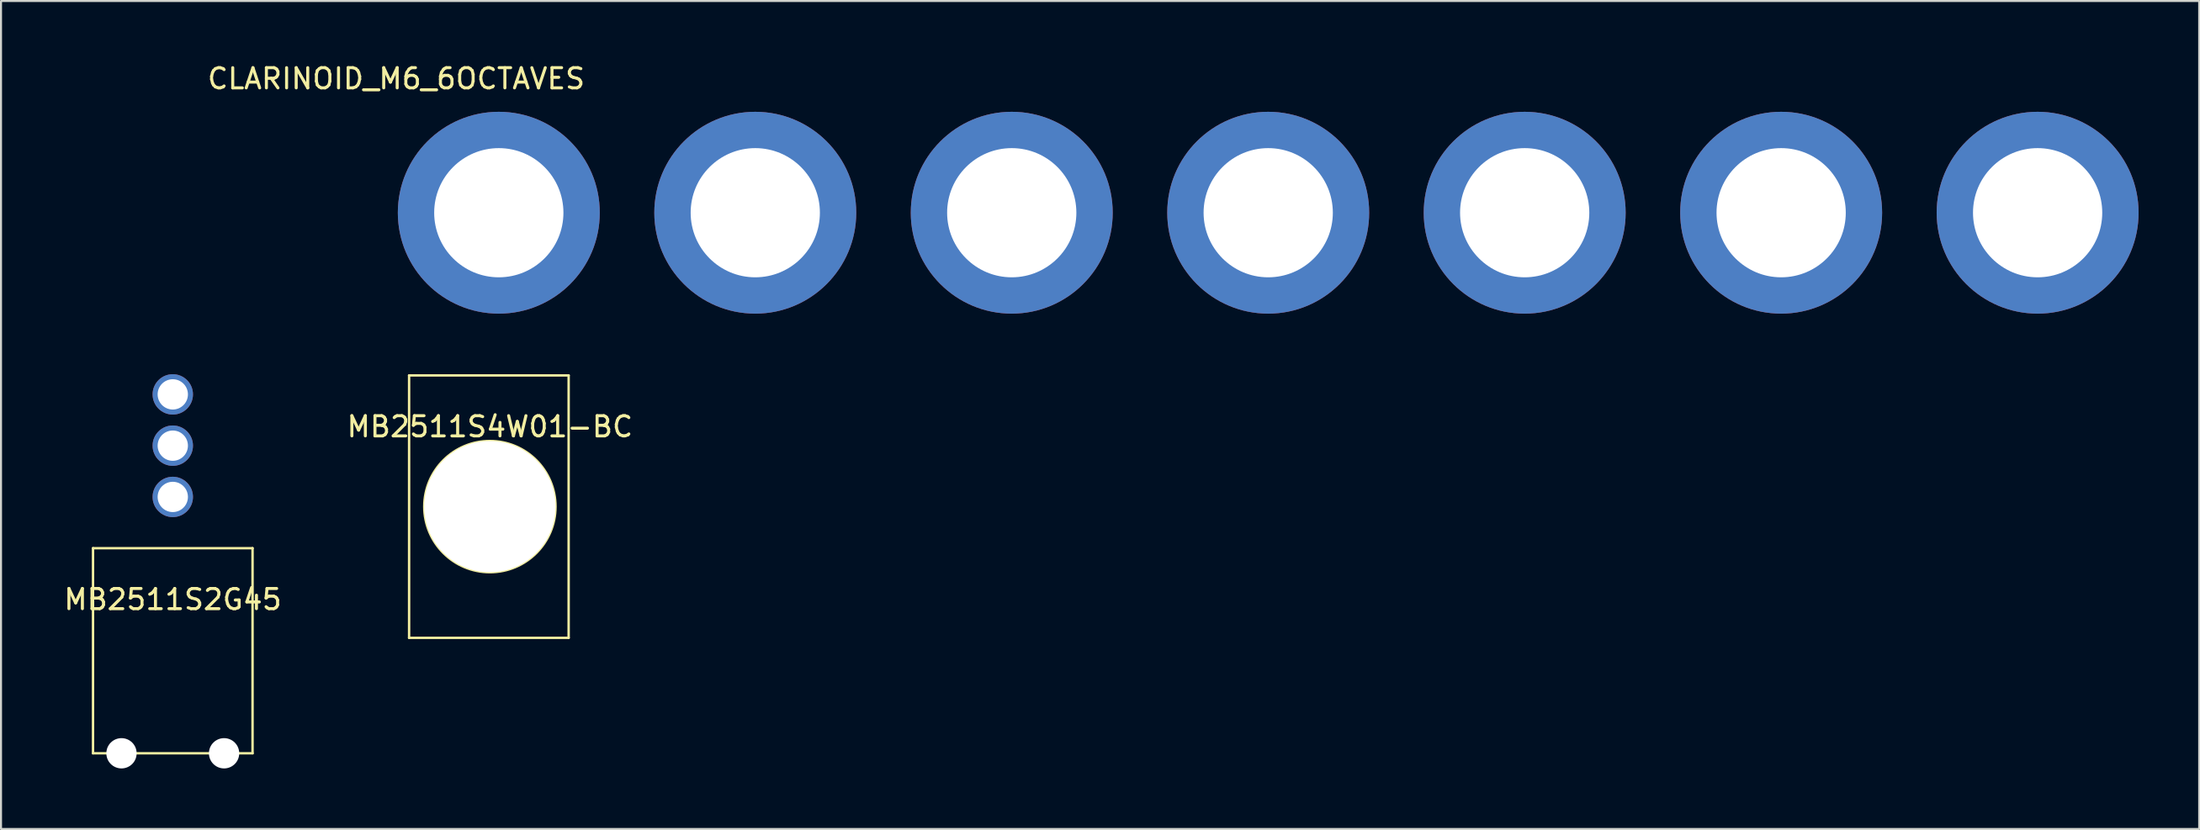
<source format=kicad_pcb>
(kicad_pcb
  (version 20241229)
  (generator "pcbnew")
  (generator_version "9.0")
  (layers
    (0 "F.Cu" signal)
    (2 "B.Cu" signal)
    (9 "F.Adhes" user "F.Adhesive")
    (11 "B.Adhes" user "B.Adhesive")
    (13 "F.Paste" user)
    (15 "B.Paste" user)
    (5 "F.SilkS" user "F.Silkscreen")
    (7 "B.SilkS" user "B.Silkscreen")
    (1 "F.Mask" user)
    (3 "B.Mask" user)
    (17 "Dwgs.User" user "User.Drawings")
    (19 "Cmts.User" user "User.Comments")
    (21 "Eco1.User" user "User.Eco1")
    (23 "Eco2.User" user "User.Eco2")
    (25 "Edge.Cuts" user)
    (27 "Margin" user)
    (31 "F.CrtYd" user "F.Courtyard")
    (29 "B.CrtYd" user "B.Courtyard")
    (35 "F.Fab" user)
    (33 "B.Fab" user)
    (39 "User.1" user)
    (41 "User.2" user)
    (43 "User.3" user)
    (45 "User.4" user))
  (footprint "MB2511S4W01-BC"
    (layer "F.Cu")
    (at 21.208 21.388)
    (property "Reference" "MB2511S4W01-BC" (at 0 -3.3 0) (layer "F.SilkS") (effects (font (size 1 1) (thickness 0.15))))
    (attr through_hole)
    (fp_line (start -4 -5.84) (end 3.9 -5.84) (stroke (width 0.12) (type solid)) (layer "F.SilkS"))
    (fp_line (start -4 7.16) (end -4 -5.84) (stroke (width 0.12) (type solid)) (layer "F.SilkS"))
    (fp_line (start 0 0.36) (end 0 0.96) (stroke (width 0.12) (type solid)) (layer "F.SilkS"))
    (fp_line (start 0.3 0.66) (end -0.3 0.66) (stroke (width 0.12) (type solid)) (layer "F.SilkS"))
    (fp_line (start 3.9 -5.84) (end 3.9 7.16) (stroke (width 0.12) (type solid)) (layer "F.SilkS"))
    (fp_line (start 3.9 7.16) (end -4 7.16) (stroke (width 0.12) (type solid)) (layer "F.SilkS"))
    (fp_circle (center 0 0.66) (end 3.25 0.66) (stroke (width 0.12) (type solid)) (fill no) (layer "F.SilkS"))
    (pad "" np_thru_hole circle (at 0 0.66) (size 6.5 6.5) (drill 6.5) (layers "*.Cu" "*.Mask")))
  (footprint "CLARINOID_M6_6OCTAVES"
    (layer "F.Cu")
    (at 0.25 8.248)
    (property "Reference" "CLARINOID_M6_6OCTAVES" (at 16.32 -7.4 0) (layer "F.SilkS") (effects (font (size 1 1) (thickness 0.15))))
    (attr exclude_from_pos_files exclude_from_bom)
    (pad "1" thru_hole circle (at 21.4 -0.76) (size 10 10) (drill 6.4) (layers "*.Cu" "*.Mask"))
    (pad "2" thru_hole circle (at 34.1 -0.76) (size 10 10) (drill 6.4) (layers "*.Cu" "*.Mask"))
    (pad "3" thru_hole circle (at 46.8 -0.76) (size 10 10) (drill 6.4) (layers "*.Cu" "*.Mask"))
    (pad "4" thru_hole circle (at 59.5 -0.76) (size 10 10) (drill 6.4) (layers "*.Cu" "*.Mask"))
    (pad "5" thru_hole circle (at 72.2 -0.76) (size 10 10) (drill 6.4) (layers "*.Cu" "*.Mask"))
    (pad "6" thru_hole circle (at 84.9 -0.76) (size 10 10) (drill 6.4) (layers "*.Cu" "*.Mask"))
    (pad "7" thru_hole circle (at 97.6 -0.76) (size 10 10) (drill 6.4) (layers "*.Cu" "*.Mask")))
  (footprint "MB2511S2G45"
    (layer "F.Cu")
    (at 7.506 27.928)
    (property "Reference" "MB2511S2G45" (at -2 -1.28 0) (layer "F.SilkS") (effects (font (size 1 1) (thickness 0.15))))
    (attr through_hole)
    (fp_line (start -5.95 -3.82) (end -5.95 6.34) (stroke (width 0.12) (type solid)) (layer "F.SilkS"))
    (fp_line (start -5.95 -3.82) (end 1.95 -3.82) (stroke (width 0.12) (type solid)) (layer "F.SilkS"))
    (fp_line (start 1.95 -3.82) (end 1.95 6.34) (stroke (width 0.12) (type solid)) (layer "F.SilkS"))
    (fp_line (start 1.95 6.34) (end -5.95 6.34) (stroke (width 0.12) (type solid)) (layer "F.SilkS"))
    (pad "" np_thru_hole circle (at -4.54 6.34) (size 1.5 1.5) (drill 1.5) (layers "*.Cu" "*.Mask"))
    (pad "" np_thru_hole circle (at 0.54 6.34) (size 1.5 1.5) (drill 1.5) (layers "*.Cu" "*.Mask"))
    (pad "1" thru_hole circle (at -2 -11.44) (size 2 2) (drill 1.5) (layers "*.Cu" "*.Mask"))
    (pad "2" thru_hole circle (at -2 -8.9) (size 2 2) (drill 1.5) (layers "*.Cu" "*.Mask"))
    (pad "3" thru_hole circle (at -2 -6.36) (size 2 2) (drill 1.5) (layers "*.Cu" "*.Mask")))
  (gr_rect
    (start -3 -3)
    (end 105.85 38.018)
    (stroke (width 0.1) (type default))
    (fill no)
    (layer "Edge.Cuts")))
</source>
